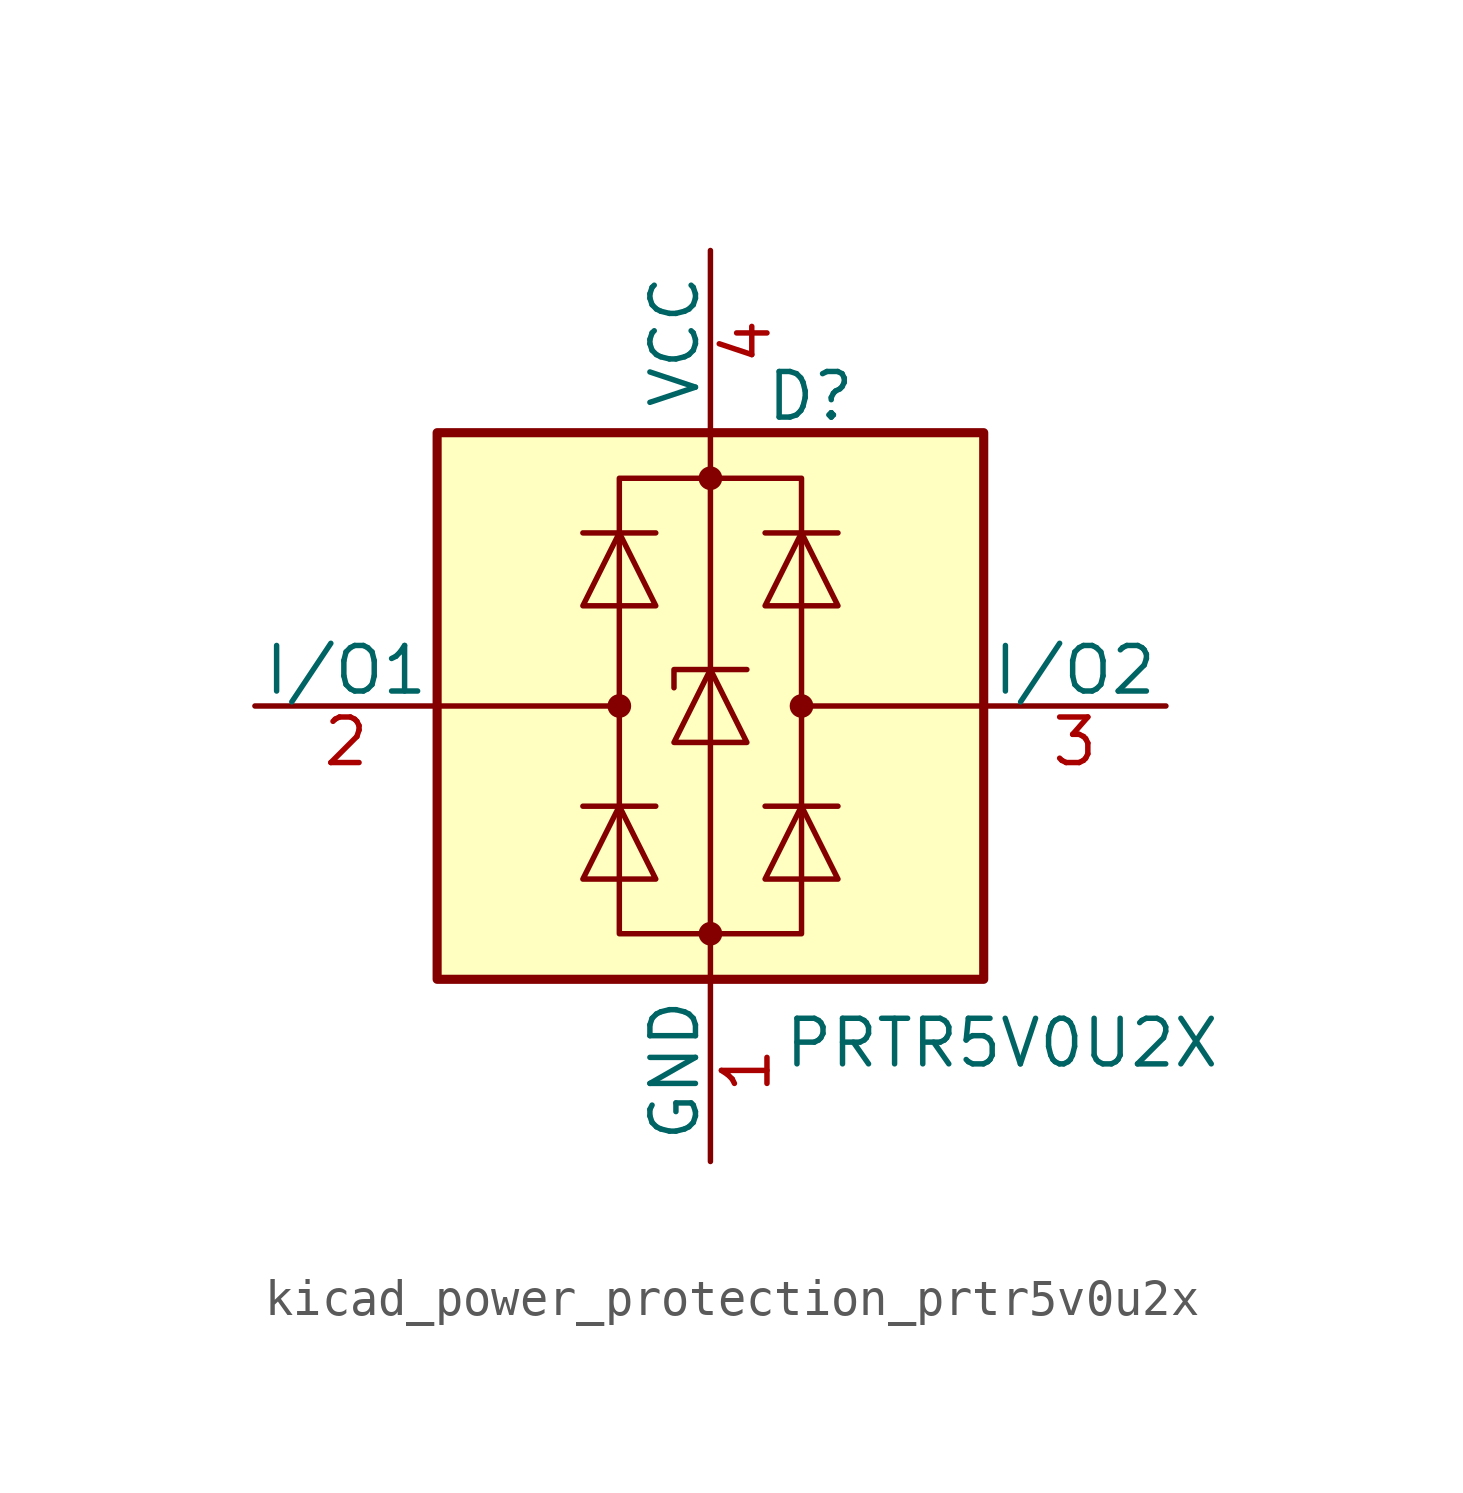
<source format=kicad_sym>
(kicad_symbol_lib
  (version 20220914)
  (generator kicad_symbol_editor)
  (symbol "kicad_power_protection_prtr5v0u2x"
    (pin_names
      (offset 0))
    (property "Reference" "D"
      (at 2.794 8.636 0)
      (effects (font (size 1.27 1.27))))
    (property "Value" "PRTR5V0U2X"
      (at 8.128 -9.398 0)
      (effects (font (size 1.27 1.27))))
    (symbol "kicad_power_protection_prtr5v0u2x_0_1"
      (rectangle (start -7.62 -7.62) (end 7.62 7.62) (stroke (width 0.254) (type default)) (fill (type background)))
      (circle (center -2.54 0) (radius 0.254) (stroke (width 0) (type default)) (fill (type outline)))
      (rectangle (start -2.54 6.35) (end 2.54 -6.35) (stroke (width 0) (type default)) (fill (type none)))
      (circle (center 0 -6.35) (radius 0.254) (stroke (width 0) (type default)) (fill (type outline)))
      (polyline (pts (xy -2.54 0) (xy -7.62 0)) (stroke (width 0) (type default)) (fill (type none)))
      (polyline (pts (xy -1.524 -2.794) (xy -3.556 -2.794)) (stroke (width 0) (type default)) (fill (type none)))
      (polyline (pts (xy -1.524 4.826) (xy -3.556 4.826)) (stroke (width 0) (type default)) (fill (type none)))
      (polyline (pts (xy 0 -7.62) (xy 0 7.62)) (stroke (width 0) (type default)) (fill (type none)))
      (polyline (pts (xy 1.524 -2.794) (xy 3.556 -2.794)) (stroke (width 0) (type default)) (fill (type none)))
      (polyline (pts (xy 1.524 4.826) (xy 3.556 4.826)) (stroke (width 0) (type default)) (fill (type none)))
      (polyline (pts (xy 2.54 0) (xy 7.62 0)) (stroke (width 0) (type default)) (fill (type none)))
      (polyline (pts (xy 1.016 1.016) (xy -1.016 1.016) (xy -1.016 0.508)) (stroke (width 0) (type default)) (fill (type none)))
      (polyline (pts (xy -3.556 -4.826) (xy -1.524 -4.826) (xy -2.54 -2.794) (xy -3.556 -4.826)) (stroke (width 0) (type default)) (fill (type none)))
      (polyline (pts (xy -3.556 2.794) (xy -1.524 2.794) (xy -2.54 4.826) (xy -3.556 2.794)) (stroke (width 0) (type default)) (fill (type none)))
      (polyline (pts (xy -1.016 -1.016) (xy 1.016 -1.016) (xy 0 1.016) (xy -1.016 -1.016)) (stroke (width 0) (type default)) (fill (type none)))
      (polyline (pts (xy 3.556 -4.826) (xy 1.524 -4.826) (xy 2.54 -2.794) (xy 3.556 -4.826)) (stroke (width 0) (type default)) (fill (type none)))
      (polyline (pts (xy 3.556 2.794) (xy 1.524 2.794) (xy 2.54 4.826) (xy 3.556 2.794)) (stroke (width 0) (type default)) (fill (type none)))
      (circle (center 0 6.35) (radius 0.254) (stroke (width 0) (type default)) (fill (type outline)))
      (circle (center 2.54 0) (radius 0.254) (stroke (width 0) (type default)) (fill (type outline))))
    (symbol "kicad_power_protection_prtr5v0u2x_1_1"
      (pin passive line (at 0 -12.7 90) (length 5.08) (name "GND" (effects (font (size 1.27 1.27)))) (number "1" (effects (font (size 1.27 1.27)))))
      (pin passive line (at -12.7 0 0) (length 5.08) (name "I/O1" (effects (font (size 1.27 1.27)))) (number "2" (effects (font (size 1.27 1.27)))))
      (pin passive line (at 12.7 0 180) (length 5.08) (name "I/O2" (effects (font (size 1.27 1.27)))) (number "3" (effects (font (size 1.27 1.27)))))
      (pin passive line (at 0 12.7 270) (length 5.08) (name "VCC" (effects (font (size 1.27 1.27)))) (number "4" (effects (font (size 1.27 1.27))))))))
</source>
